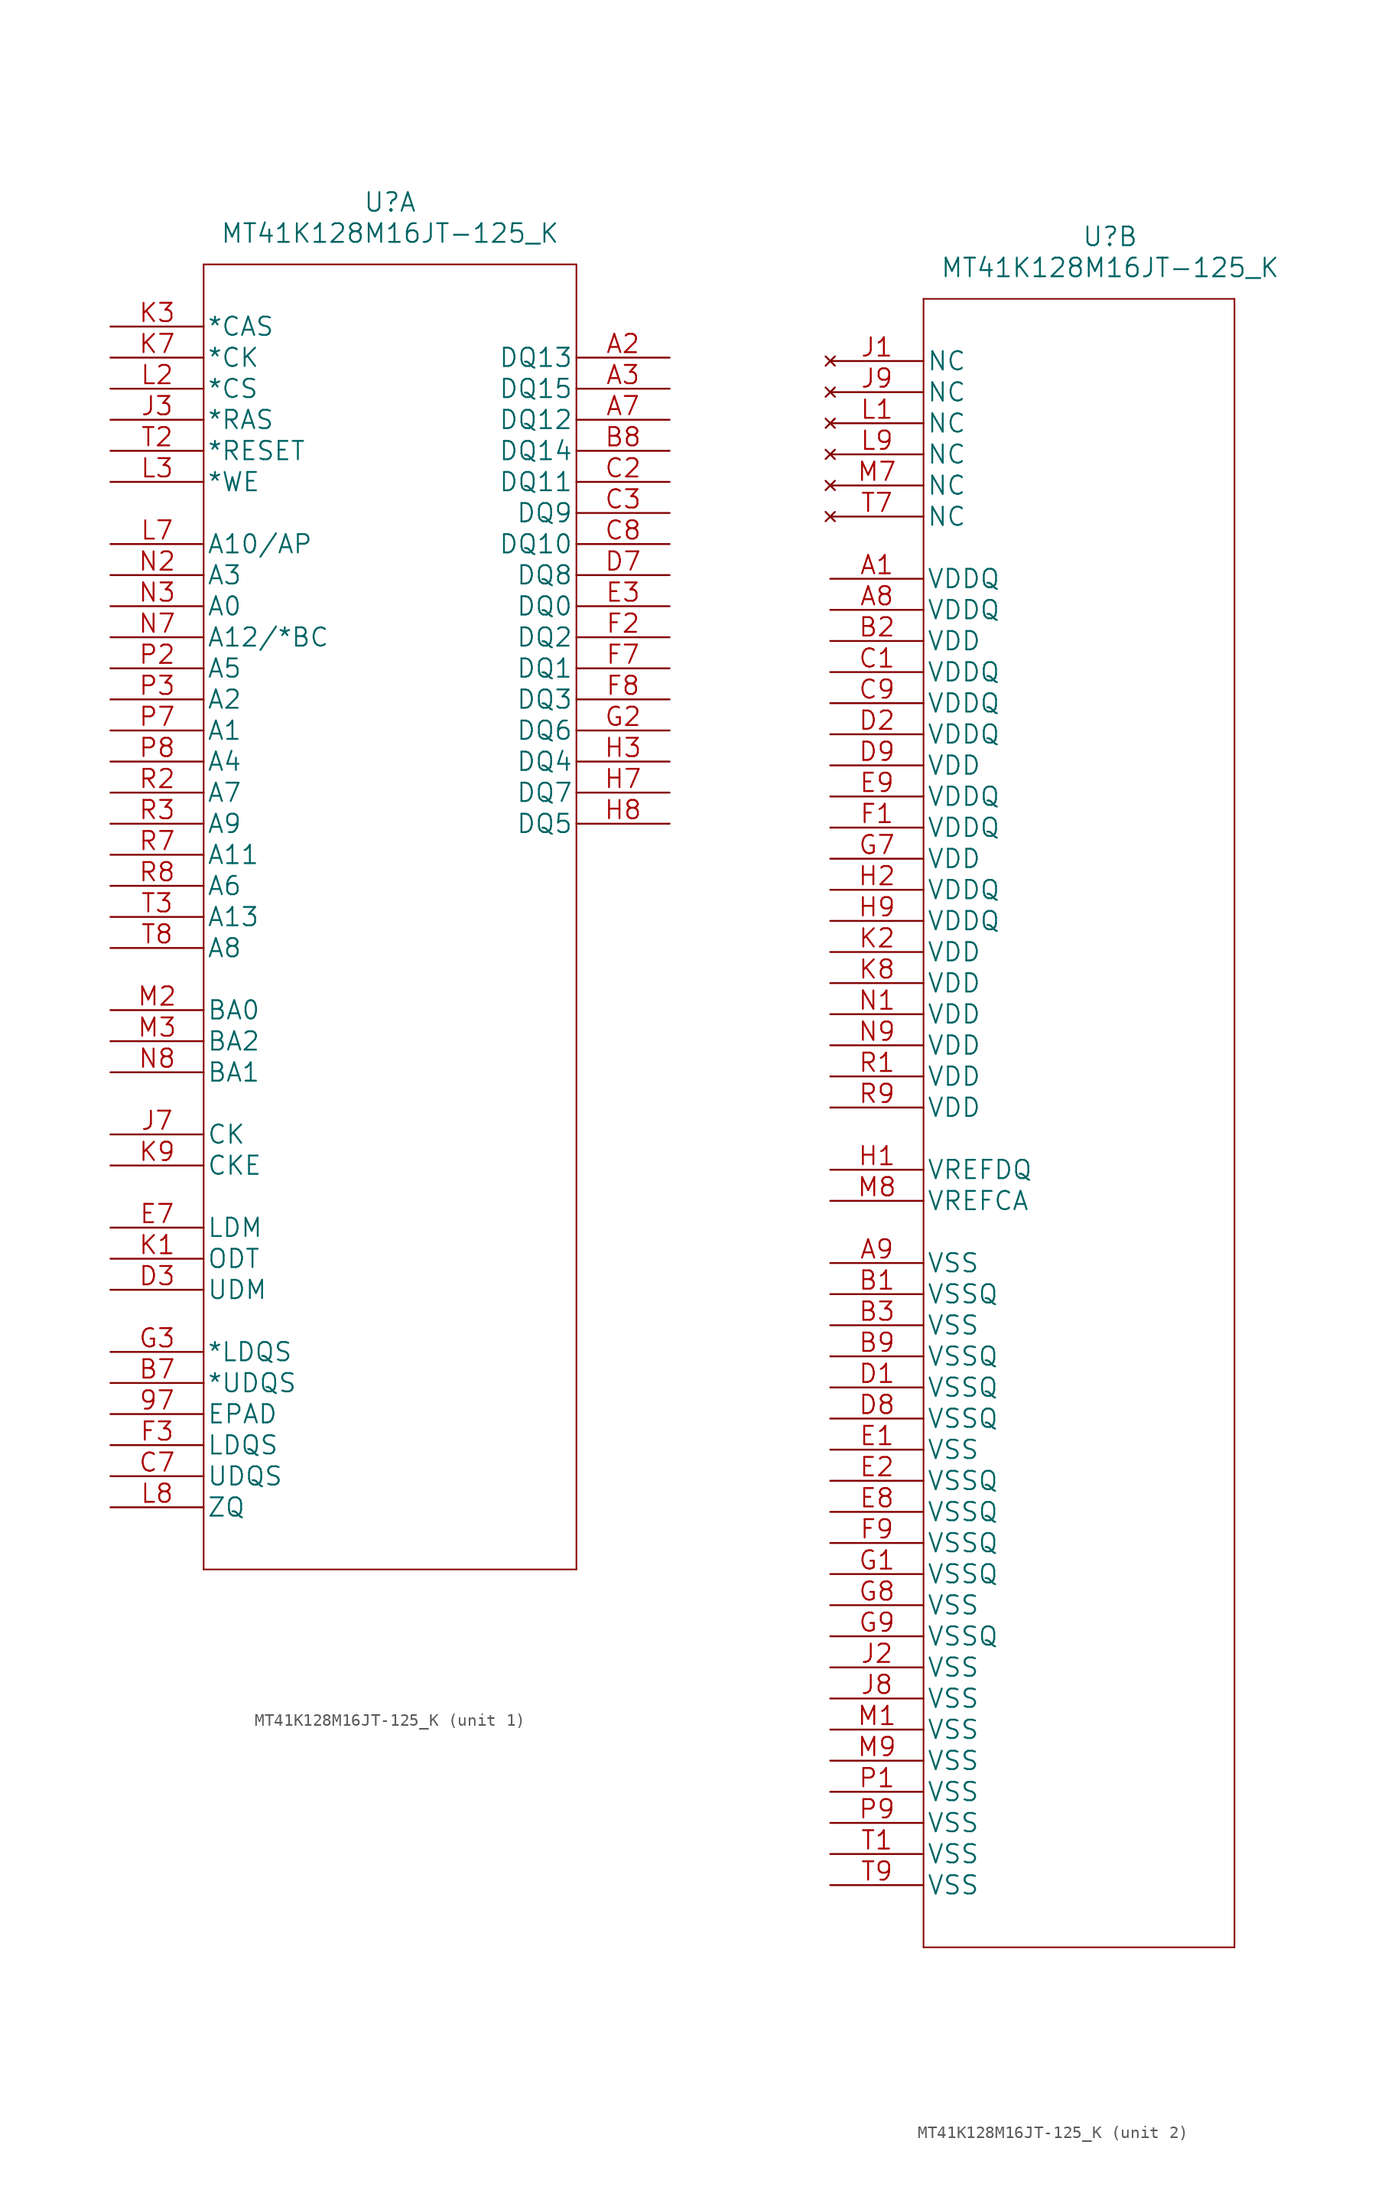
<source format=kicad_sym>
(kicad_symbol_lib
  (version 20201005)
  (generator kicad_symbol_editor)
  (symbol "MT41K128M16JT125K:MT41K128M16JT-125_K"
    (pin_names
      (offset 0.254))
    (property "Reference" "U"
      (at 22.86 10.16 0)
      (effects (font (size 1.524 1.524))))
    (property "Value" "MT41K128M16JT-125_K"
      (at 22.86 7.62 0)
      (effects (font (size 1.524 1.524))))
    (property "Datasheet" ""
      (at 0 0 0)
      (effects (font (size 1.524 1.524))))
    (symbol "MT41K128M16JT-125_K_1_1"
      (polyline (pts (xy 7.62 -101.6) (xy 38.1 -101.6)) (stroke (width 0.127)) (fill (type none)))
      (polyline (pts (xy 7.62 5.08) (xy 7.62 -101.6)) (stroke (width 0.127)) (fill (type none)))
      (polyline (pts (xy 38.1 -101.6) (xy 38.1 5.08)) (stroke (width 0.127)) (fill (type none)))
      (polyline (pts (xy 38.1 5.08) (xy 7.62 5.08)) (stroke (width 0.127)) (fill (type none)))
      (pin unspecified line (at 0 -88.9 0) (length 7.62) (name "EPAD" (effects (font (size 1.499 1.499)))) (number "97" (effects (font (size 1.499 1.499)))))
      (pin bidirectional line (at 45.72 -2.54 180) (length 7.62) (name "DQ13" (effects (font (size 1.499 1.499)))) (number "A2" (effects (font (size 1.499 1.499)))))
      (pin bidirectional line (at 45.72 -5.08 180) (length 7.62) (name "DQ15" (effects (font (size 1.499 1.499)))) (number "A3" (effects (font (size 1.499 1.499)))))
      (pin bidirectional line (at 45.72 -7.62 180) (length 7.62) (name "DQ12" (effects (font (size 1.499 1.499)))) (number "A7" (effects (font (size 1.499 1.499)))))
      (pin bidirectional line (at 0 -86.36 0) (length 7.62) (name "*UDQS" (effects (font (size 1.499 1.499)))) (number "B7" (effects (font (size 1.499 1.499)))))
      (pin bidirectional line (at 45.72 -10.16 180) (length 7.62) (name "DQ14" (effects (font (size 1.499 1.499)))) (number "B8" (effects (font (size 1.499 1.499)))))
      (pin bidirectional line (at 45.72 -12.7 180) (length 7.62) (name "DQ11" (effects (font (size 1.499 1.499)))) (number "C2" (effects (font (size 1.499 1.499)))))
      (pin bidirectional line (at 45.72 -15.24 180) (length 7.62) (name "DQ9" (effects (font (size 1.499 1.499)))) (number "C3" (effects (font (size 1.499 1.499)))))
      (pin bidirectional line (at 0 -93.98 0) (length 7.62) (name "UDQS" (effects (font (size 1.499 1.499)))) (number "C7" (effects (font (size 1.499 1.499)))))
      (pin bidirectional line (at 45.72 -17.78 180) (length 7.62) (name "DQ10" (effects (font (size 1.499 1.499)))) (number "C8" (effects (font (size 1.499 1.499)))))
      (pin input line (at 0 -78.74 0) (length 7.62) (name "UDM" (effects (font (size 1.499 1.499)))) (number "D3" (effects (font (size 1.499 1.499)))))
      (pin bidirectional line (at 45.72 -20.32 180) (length 7.62) (name "DQ8" (effects (font (size 1.499 1.499)))) (number "D7" (effects (font (size 1.499 1.499)))))
      (pin bidirectional line (at 45.72 -22.86 180) (length 7.62) (name "DQ0" (effects (font (size 1.499 1.499)))) (number "E3" (effects (font (size 1.499 1.499)))))
      (pin input line (at 0 -73.66 0) (length 7.62) (name "LDM" (effects (font (size 1.499 1.499)))) (number "E7" (effects (font (size 1.499 1.499)))))
      (pin bidirectional line (at 45.72 -25.4 180) (length 7.62) (name "DQ2" (effects (font (size 1.499 1.499)))) (number "F2" (effects (font (size 1.499 1.499)))))
      (pin bidirectional line (at 0 -91.44 0) (length 7.62) (name "LDQS" (effects (font (size 1.499 1.499)))) (number "F3" (effects (font (size 1.499 1.499)))))
      (pin bidirectional line (at 45.72 -27.94 180) (length 7.62) (name "DQ1" (effects (font (size 1.499 1.499)))) (number "F7" (effects (font (size 1.499 1.499)))))
      (pin bidirectional line (at 45.72 -30.48 180) (length 7.62) (name "DQ3" (effects (font (size 1.499 1.499)))) (number "F8" (effects (font (size 1.499 1.499)))))
      (pin bidirectional line (at 45.72 -33.02 180) (length 7.62) (name "DQ6" (effects (font (size 1.499 1.499)))) (number "G2" (effects (font (size 1.499 1.499)))))
      (pin bidirectional line (at 0 -83.82 0) (length 7.62) (name "*LDQS" (effects (font (size 1.499 1.499)))) (number "G3" (effects (font (size 1.499 1.499)))))
      (pin bidirectional line (at 45.72 -35.56 180) (length 7.62) (name "DQ4" (effects (font (size 1.499 1.499)))) (number "H3" (effects (font (size 1.499 1.499)))))
      (pin bidirectional line (at 45.72 -38.1 180) (length 7.62) (name "DQ7" (effects (font (size 1.499 1.499)))) (number "H7" (effects (font (size 1.499 1.499)))))
      (pin bidirectional line (at 45.72 -40.64 180) (length 7.62) (name "DQ5" (effects (font (size 1.499 1.499)))) (number "H8" (effects (font (size 1.499 1.499)))))
      (pin input line (at 0 -7.62 0) (length 7.62) (name "*RAS" (effects (font (size 1.499 1.499)))) (number "J3" (effects (font (size 1.499 1.499)))))
      (pin input line (at 0 -66.04 0) (length 7.62) (name "CK" (effects (font (size 1.499 1.499)))) (number "J7" (effects (font (size 1.499 1.499)))))
      (pin input line (at 0 -76.2 0) (length 7.62) (name "ODT" (effects (font (size 1.499 1.499)))) (number "K1" (effects (font (size 1.499 1.499)))))
      (pin input line (at 0 0 0) (length 7.62) (name "*CAS" (effects (font (size 1.499 1.499)))) (number "K3" (effects (font (size 1.499 1.499)))))
      (pin input line (at 0 -2.54 0) (length 7.62) (name "*CK" (effects (font (size 1.499 1.499)))) (number "K7" (effects (font (size 1.499 1.499)))))
      (pin input line (at 0 -68.58 0) (length 7.62) (name "CKE" (effects (font (size 1.499 1.499)))) (number "K9" (effects (font (size 1.499 1.499)))))
      (pin input line (at 0 -5.08 0) (length 7.62) (name "*CS" (effects (font (size 1.499 1.499)))) (number "L2" (effects (font (size 1.499 1.499)))))
      (pin input line (at 0 -12.7 0) (length 7.62) (name "*WE" (effects (font (size 1.499 1.499)))) (number "L3" (effects (font (size 1.499 1.499)))))
      (pin input line (at 0 -17.78 0) (length 7.62) (name "A10/AP" (effects (font (size 1.499 1.499)))) (number "L7" (effects (font (size 1.499 1.499)))))
      (pin unspecified line (at 0 -96.52 0) (length 7.62) (name "ZQ" (effects (font (size 1.499 1.499)))) (number "L8" (effects (font (size 1.499 1.499)))))
      (pin input line (at 0 -55.88 0) (length 7.62) (name "BA0" (effects (font (size 1.499 1.499)))) (number "M2" (effects (font (size 1.499 1.499)))))
      (pin input line (at 0 -58.42 0) (length 7.62) (name "BA2" (effects (font (size 1.499 1.499)))) (number "M3" (effects (font (size 1.499 1.499)))))
      (pin input line (at 0 -20.32 0) (length 7.62) (name "A3" (effects (font (size 1.499 1.499)))) (number "N2" (effects (font (size 1.499 1.499)))))
      (pin input line (at 0 -22.86 0) (length 7.62) (name "A0" (effects (font (size 1.499 1.499)))) (number "N3" (effects (font (size 1.499 1.499)))))
      (pin input line (at 0 -25.4 0) (length 7.62) (name "A12/*BC" (effects (font (size 1.499 1.499)))) (number "N7" (effects (font (size 1.499 1.499)))))
      (pin input line (at 0 -60.96 0) (length 7.62) (name "BA1" (effects (font (size 1.499 1.499)))) (number "N8" (effects (font (size 1.499 1.499)))))
      (pin input line (at 0 -27.94 0) (length 7.62) (name "A5" (effects (font (size 1.499 1.499)))) (number "P2" (effects (font (size 1.499 1.499)))))
      (pin input line (at 0 -30.48 0) (length 7.62) (name "A2" (effects (font (size 1.499 1.499)))) (number "P3" (effects (font (size 1.499 1.499)))))
      (pin input line (at 0 -33.02 0) (length 7.62) (name "A1" (effects (font (size 1.499 1.499)))) (number "P7" (effects (font (size 1.499 1.499)))))
      (pin input line (at 0 -35.56 0) (length 7.62) (name "A4" (effects (font (size 1.499 1.499)))) (number "P8" (effects (font (size 1.499 1.499)))))
      (pin input line (at 0 -38.1 0) (length 7.62) (name "A7" (effects (font (size 1.499 1.499)))) (number "R2" (effects (font (size 1.499 1.499)))))
      (pin input line (at 0 -40.64 0) (length 7.62) (name "A9" (effects (font (size 1.499 1.499)))) (number "R3" (effects (font (size 1.499 1.499)))))
      (pin input line (at 0 -43.18 0) (length 7.62) (name "A11" (effects (font (size 1.499 1.499)))) (number "R7" (effects (font (size 1.499 1.499)))))
      (pin input line (at 0 -45.72 0) (length 7.62) (name "A6" (effects (font (size 1.499 1.499)))) (number "R8" (effects (font (size 1.499 1.499)))))
      (pin input line (at 0 -10.16 0) (length 7.62) (name "*RESET" (effects (font (size 1.499 1.499)))) (number "T2" (effects (font (size 1.499 1.499)))))
      (pin input line (at 0 -48.26 0) (length 7.62) (name "A13" (effects (font (size 1.499 1.499)))) (number "T3" (effects (font (size 1.499 1.499)))))
      (pin input line (at 0 -50.8 0) (length 7.62) (name "A8" (effects (font (size 1.499 1.499)))) (number "T8" (effects (font (size 1.499 1.499))))))
    (symbol "MT41K128M16JT-125_K_2_1"
      (polyline (pts (xy 7.62 -129.54) (xy 33.02 -129.54)) (stroke (width 0.127)) (fill (type none)))
      (polyline (pts (xy 7.62 5.08) (xy 7.62 -129.54)) (stroke (width 0.127)) (fill (type none)))
      (polyline (pts (xy 33.02 -129.54) (xy 33.02 5.08)) (stroke (width 0.127)) (fill (type none)))
      (polyline (pts (xy 33.02 5.08) (xy 7.62 5.08)) (stroke (width 0.127)) (fill (type none)))
      (pin power_in line (at 0 -17.78 0) (length 7.62) (name "VDDQ" (effects (font (size 1.499 1.499)))) (number "A1" (effects (font (size 1.499 1.499)))))
      (pin power_in line (at 0 -20.32 0) (length 7.62) (name "VDDQ" (effects (font (size 1.499 1.499)))) (number "A8" (effects (font (size 1.499 1.499)))))
      (pin power_in line (at 0 -73.66 0) (length 7.62) (name "VSS" (effects (font (size 1.499 1.499)))) (number "A9" (effects (font (size 1.499 1.499)))))
      (pin power_in line (at 0 -76.2 0) (length 7.62) (name "VSSQ" (effects (font (size 1.499 1.499)))) (number "B1" (effects (font (size 1.499 1.499)))))
      (pin power_in line (at 0 -22.86 0) (length 7.62) (name "VDD" (effects (font (size 1.499 1.499)))) (number "B2" (effects (font (size 1.499 1.499)))))
      (pin power_in line (at 0 -78.74 0) (length 7.62) (name "VSS" (effects (font (size 1.499 1.499)))) (number "B3" (effects (font (size 1.499 1.499)))))
      (pin power_in line (at 0 -81.28 0) (length 7.62) (name "VSSQ" (effects (font (size 1.499 1.499)))) (number "B9" (effects (font (size 1.499 1.499)))))
      (pin power_in line (at 0 -25.4 0) (length 7.62) (name "VDDQ" (effects (font (size 1.499 1.499)))) (number "C1" (effects (font (size 1.499 1.499)))))
      (pin power_in line (at 0 -27.94 0) (length 7.62) (name "VDDQ" (effects (font (size 1.499 1.499)))) (number "C9" (effects (font (size 1.499 1.499)))))
      (pin power_in line (at 0 -83.82 0) (length 7.62) (name "VSSQ" (effects (font (size 1.499 1.499)))) (number "D1" (effects (font (size 1.499 1.499)))))
      (pin power_in line (at 0 -30.48 0) (length 7.62) (name "VDDQ" (effects (font (size 1.499 1.499)))) (number "D2" (effects (font (size 1.499 1.499)))))
      (pin power_in line (at 0 -86.36 0) (length 7.62) (name "VSSQ" (effects (font (size 1.499 1.499)))) (number "D8" (effects (font (size 1.499 1.499)))))
      (pin power_in line (at 0 -33.02 0) (length 7.62) (name "VDD" (effects (font (size 1.499 1.499)))) (number "D9" (effects (font (size 1.499 1.499)))))
      (pin power_in line (at 0 -88.9 0) (length 7.62) (name "VSS" (effects (font (size 1.499 1.499)))) (number "E1" (effects (font (size 1.499 1.499)))))
      (pin power_in line (at 0 -91.44 0) (length 7.62) (name "VSSQ" (effects (font (size 1.499 1.499)))) (number "E2" (effects (font (size 1.499 1.499)))))
      (pin power_in line (at 0 -93.98 0) (length 7.62) (name "VSSQ" (effects (font (size 1.499 1.499)))) (number "E8" (effects (font (size 1.499 1.499)))))
      (pin power_in line (at 0 -35.56 0) (length 7.62) (name "VDDQ" (effects (font (size 1.499 1.499)))) (number "E9" (effects (font (size 1.499 1.499)))))
      (pin power_in line (at 0 -38.1 0) (length 7.62) (name "VDDQ" (effects (font (size 1.499 1.499)))) (number "F1" (effects (font (size 1.499 1.499)))))
      (pin power_in line (at 0 -96.52 0) (length 7.62) (name "VSSQ" (effects (font (size 1.499 1.499)))) (number "F9" (effects (font (size 1.499 1.499)))))
      (pin power_in line (at 0 -99.06 0) (length 7.62) (name "VSSQ" (effects (font (size 1.499 1.499)))) (number "G1" (effects (font (size 1.499 1.499)))))
      (pin power_in line (at 0 -40.64 0) (length 7.62) (name "VDD" (effects (font (size 1.499 1.499)))) (number "G7" (effects (font (size 1.499 1.499)))))
      (pin power_in line (at 0 -101.6 0) (length 7.62) (name "VSS" (effects (font (size 1.499 1.499)))) (number "G8" (effects (font (size 1.499 1.499)))))
      (pin power_in line (at 0 -104.14 0) (length 7.62) (name "VSSQ" (effects (font (size 1.499 1.499)))) (number "G9" (effects (font (size 1.499 1.499)))))
      (pin power_in line (at 0 -66.04 0) (length 7.62) (name "VREFDQ" (effects (font (size 1.499 1.499)))) (number "H1" (effects (font (size 1.499 1.499)))))
      (pin power_in line (at 0 -43.18 0) (length 7.62) (name "VDDQ" (effects (font (size 1.499 1.499)))) (number "H2" (effects (font (size 1.499 1.499)))))
      (pin power_in line (at 0 -45.72 0) (length 7.62) (name "VDDQ" (effects (font (size 1.499 1.499)))) (number "H9" (effects (font (size 1.499 1.499)))))
      (pin no_connect line (at 0 0 0) (length 7.62) (name "NC" (effects (font (size 1.499 1.499)))) (number "J1" (effects (font (size 1.499 1.499)))))
      (pin power_in line (at 0 -106.68 0) (length 7.62) (name "VSS" (effects (font (size 1.499 1.499)))) (number "J2" (effects (font (size 1.499 1.499)))))
      (pin power_in line (at 0 -109.22 0) (length 7.62) (name "VSS" (effects (font (size 1.499 1.499)))) (number "J8" (effects (font (size 1.499 1.499)))))
      (pin no_connect line (at 0 -2.54 0) (length 7.62) (name "NC" (effects (font (size 1.499 1.499)))) (number "J9" (effects (font (size 1.499 1.499)))))
      (pin power_in line (at 0 -48.26 0) (length 7.62) (name "VDD" (effects (font (size 1.499 1.499)))) (number "K2" (effects (font (size 1.499 1.499)))))
      (pin power_in line (at 0 -50.8 0) (length 7.62) (name "VDD" (effects (font (size 1.499 1.499)))) (number "K8" (effects (font (size 1.499 1.499)))))
      (pin no_connect line (at 0 -5.08 0) (length 7.62) (name "NC" (effects (font (size 1.499 1.499)))) (number "L1" (effects (font (size 1.499 1.499)))))
      (pin no_connect line (at 0 -7.62 0) (length 7.62) (name "NC" (effects (font (size 1.499 1.499)))) (number "L9" (effects (font (size 1.499 1.499)))))
      (pin power_in line (at 0 -111.76 0) (length 7.62) (name "VSS" (effects (font (size 1.499 1.499)))) (number "M1" (effects (font (size 1.499 1.499)))))
      (pin no_connect line (at 0 -10.16 0) (length 7.62) (name "NC" (effects (font (size 1.499 1.499)))) (number "M7" (effects (font (size 1.499 1.499)))))
      (pin power_in line (at 0 -68.58 0) (length 7.62) (name "VREFCA" (effects (font (size 1.499 1.499)))) (number "M8" (effects (font (size 1.499 1.499)))))
      (pin power_in line (at 0 -114.3 0) (length 7.62) (name "VSS" (effects (font (size 1.499 1.499)))) (number "M9" (effects (font (size 1.499 1.499)))))
      (pin power_in line (at 0 -53.34 0) (length 7.62) (name "VDD" (effects (font (size 1.499 1.499)))) (number "N1" (effects (font (size 1.499 1.499)))))
      (pin power_in line (at 0 -55.88 0) (length 7.62) (name "VDD" (effects (font (size 1.499 1.499)))) (number "N9" (effects (font (size 1.499 1.499)))))
      (pin power_in line (at 0 -116.84 0) (length 7.62) (name "VSS" (effects (font (size 1.499 1.499)))) (number "P1" (effects (font (size 1.499 1.499)))))
      (pin power_in line (at 0 -119.38 0) (length 7.62) (name "VSS" (effects (font (size 1.499 1.499)))) (number "P9" (effects (font (size 1.499 1.499)))))
      (pin power_in line (at 0 -58.42 0) (length 7.62) (name "VDD" (effects (font (size 1.499 1.499)))) (number "R1" (effects (font (size 1.499 1.499)))))
      (pin power_in line (at 0 -60.96 0) (length 7.62) (name "VDD" (effects (font (size 1.499 1.499)))) (number "R9" (effects (font (size 1.499 1.499)))))
      (pin power_in line (at 0 -121.92 0) (length 7.62) (name "VSS" (effects (font (size 1.499 1.499)))) (number "T1" (effects (font (size 1.499 1.499)))))
      (pin no_connect line (at 0 -12.7 0) (length 7.62) (name "NC" (effects (font (size 1.499 1.499)))) (number "T7" (effects (font (size 1.499 1.499)))))
      (pin power_in line (at 0 -124.46 0) (length 7.62) (name "VSS" (effects (font (size 1.499 1.499)))) (number "T9" (effects (font (size 1.499 1.499))))))))
</source>
